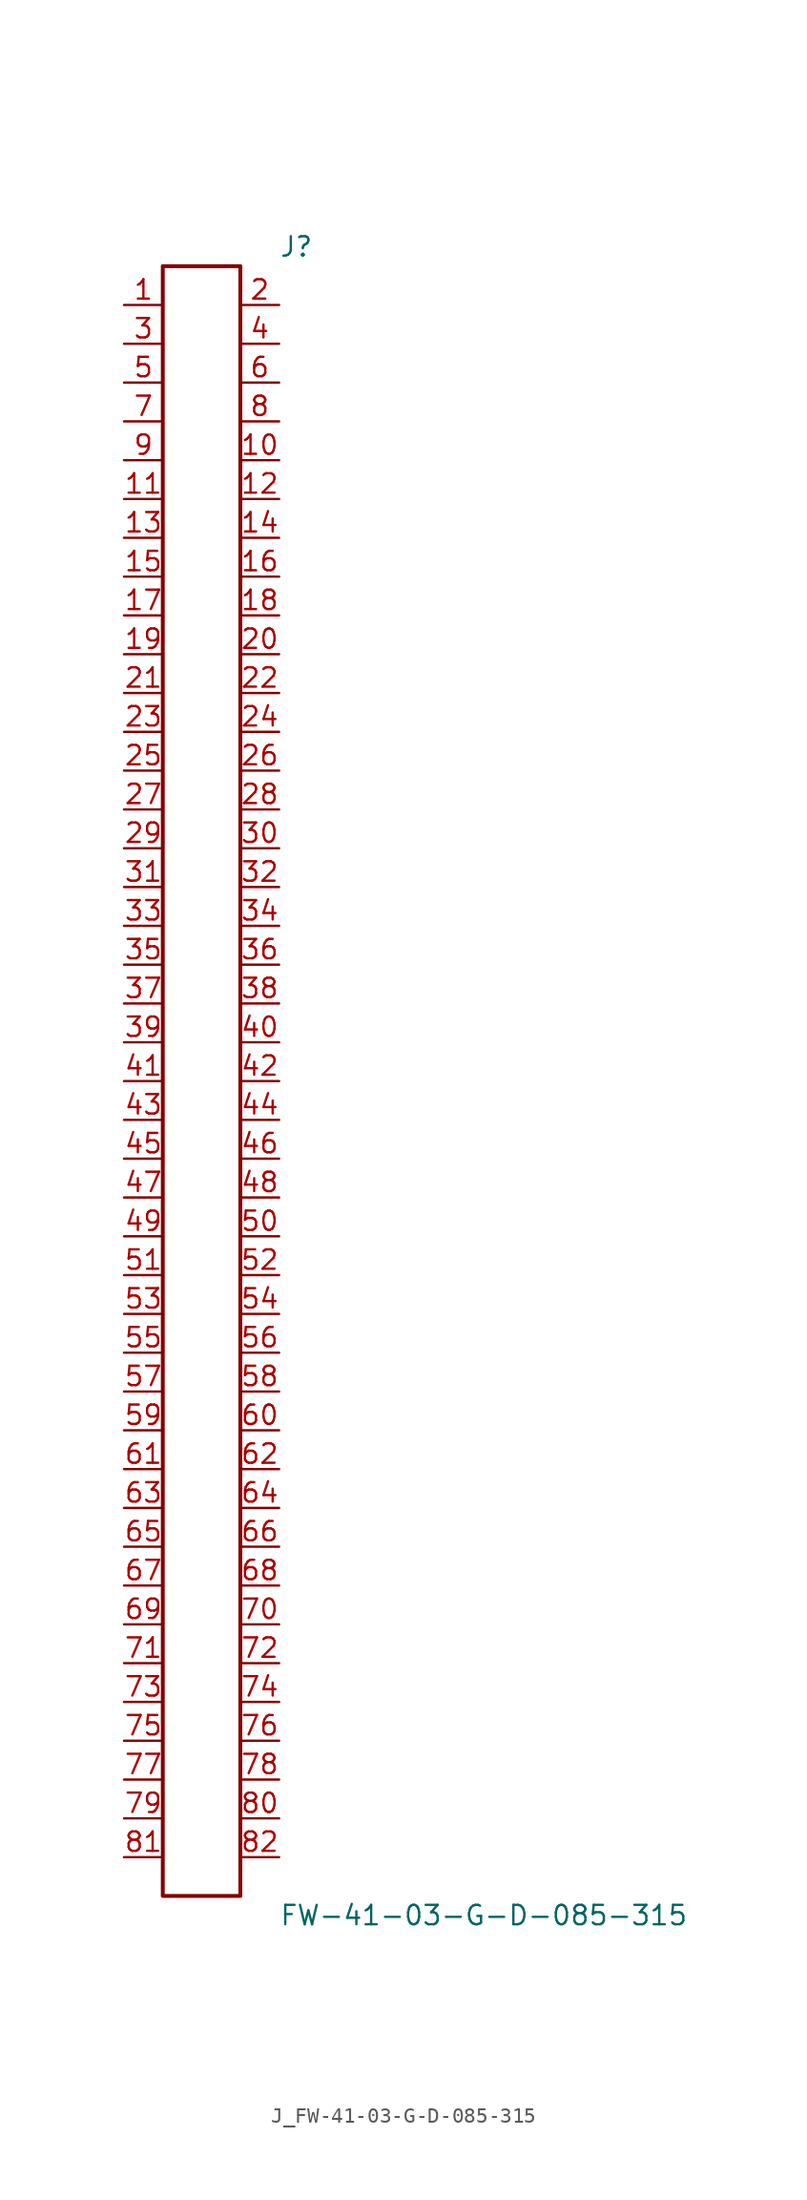
<source format=kicad_sym>
(kicad_symbol_lib
  (version 20231120)
  (generator kicad_symbol_editor)
  (generator_version 8.0)
  (symbol "J_FW-41-03-G-D-085-315"
    (pin_names
      (offset 0.254))
    (property "Reference" "J"
      (at 5.08 54.61 0)
      (effects (font (size 1.27 1.27)) (justify left)))
    (property "Value" "FW-41-03-G-D-085-315"
      (at 5.08 -54.61 0)
      (effects (font (size 1.27 1.27)) (justify left)))
    (symbol "J_FW-41-03-G-D-085-315_0_0"
      (pin unspecified line (at -5.08 50.8 0) (length 2.54) (name "" (effects (font (size 1.27 1.27)))) (number "1" (effects (font (size 1.27 1.27)))))
      (pin unspecified line (at 5.08 50.8 180) (length 2.54) (name "" (effects (font (size 1.27 1.27)))) (number "2" (effects (font (size 1.27 1.27)))))
      (pin unspecified line (at -5.08 48.26 0) (length 2.54) (name "" (effects (font (size 1.27 1.27)))) (number "3" (effects (font (size 1.27 1.27)))))
      (pin unspecified line (at 5.08 48.26 180) (length 2.54) (name "" (effects (font (size 1.27 1.27)))) (number "4" (effects (font (size 1.27 1.27)))))
      (pin unspecified line (at -5.08 45.72 0) (length 2.54) (name "" (effects (font (size 1.27 1.27)))) (number "5" (effects (font (size 1.27 1.27)))))
      (pin unspecified line (at 5.08 45.72 180) (length 2.54) (name "" (effects (font (size 1.27 1.27)))) (number "6" (effects (font (size 1.27 1.27)))))
      (pin unspecified line (at -5.08 43.18 0) (length 2.54) (name "" (effects (font (size 1.27 1.27)))) (number "7" (effects (font (size 1.27 1.27)))))
      (pin unspecified line (at 5.08 43.18 180) (length 2.54) (name "" (effects (font (size 1.27 1.27)))) (number "8" (effects (font (size 1.27 1.27)))))
      (pin unspecified line (at -5.08 40.64 0) (length 2.54) (name "" (effects (font (size 1.27 1.27)))) (number "9" (effects (font (size 1.27 1.27)))))
      (pin unspecified line (at 5.08 40.64 180) (length 2.54) (name "" (effects (font (size 1.27 1.27)))) (number "10" (effects (font (size 1.27 1.27)))))
      (pin unspecified line (at -5.08 38.1 0) (length 2.54) (name "" (effects (font (size 1.27 1.27)))) (number "11" (effects (font (size 1.27 1.27)))))
      (pin unspecified line (at 5.08 38.1 180) (length 2.54) (name "" (effects (font (size 1.27 1.27)))) (number "12" (effects (font (size 1.27 1.27)))))
      (pin unspecified line (at -5.08 35.56 0) (length 2.54) (name "" (effects (font (size 1.27 1.27)))) (number "13" (effects (font (size 1.27 1.27)))))
      (pin unspecified line (at 5.08 35.56 180) (length 2.54) (name "" (effects (font (size 1.27 1.27)))) (number "14" (effects (font (size 1.27 1.27)))))
      (pin unspecified line (at -5.08 33.02 0) (length 2.54) (name "" (effects (font (size 1.27 1.27)))) (number "15" (effects (font (size 1.27 1.27)))))
      (pin unspecified line (at 5.08 33.02 180) (length 2.54) (name "" (effects (font (size 1.27 1.27)))) (number "16" (effects (font (size 1.27 1.27)))))
      (pin unspecified line (at -5.08 30.48 0) (length 2.54) (name "" (effects (font (size 1.27 1.27)))) (number "17" (effects (font (size 1.27 1.27)))))
      (pin unspecified line (at 5.08 30.48 180) (length 2.54) (name "" (effects (font (size 1.27 1.27)))) (number "18" (effects (font (size 1.27 1.27)))))
      (pin unspecified line (at -5.08 27.94 0) (length 2.54) (name "" (effects (font (size 1.27 1.27)))) (number "19" (effects (font (size 1.27 1.27)))))
      (pin unspecified line (at 5.08 27.94 180) (length 2.54) (name "" (effects (font (size 1.27 1.27)))) (number "20" (effects (font (size 1.27 1.27)))))
      (pin unspecified line (at -5.08 25.4 0) (length 2.54) (name "" (effects (font (size 1.27 1.27)))) (number "21" (effects (font (size 1.27 1.27)))))
      (pin unspecified line (at 5.08 25.4 180) (length 2.54) (name "" (effects (font (size 1.27 1.27)))) (number "22" (effects (font (size 1.27 1.27)))))
      (pin unspecified line (at -5.08 22.86 0) (length 2.54) (name "" (effects (font (size 1.27 1.27)))) (number "23" (effects (font (size 1.27 1.27)))))
      (pin unspecified line (at 5.08 22.86 180) (length 2.54) (name "" (effects (font (size 1.27 1.27)))) (number "24" (effects (font (size 1.27 1.27)))))
      (pin unspecified line (at -5.08 20.32 0) (length 2.54) (name "" (effects (font (size 1.27 1.27)))) (number "25" (effects (font (size 1.27 1.27)))))
      (pin unspecified line (at 5.08 20.32 180) (length 2.54) (name "" (effects (font (size 1.27 1.27)))) (number "26" (effects (font (size 1.27 1.27)))))
      (pin unspecified line (at -5.08 17.78 0) (length 2.54) (name "" (effects (font (size 1.27 1.27)))) (number "27" (effects (font (size 1.27 1.27)))))
      (pin unspecified line (at 5.08 17.78 180) (length 2.54) (name "" (effects (font (size 1.27 1.27)))) (number "28" (effects (font (size 1.27 1.27)))))
      (pin unspecified line (at -5.08 15.24 0) (length 2.54) (name "" (effects (font (size 1.27 1.27)))) (number "29" (effects (font (size 1.27 1.27)))))
      (pin unspecified line (at 5.08 15.24 180) (length 2.54) (name "" (effects (font (size 1.27 1.27)))) (number "30" (effects (font (size 1.27 1.27)))))
      (pin unspecified line (at -5.08 12.7 0) (length 2.54) (name "" (effects (font (size 1.27 1.27)))) (number "31" (effects (font (size 1.27 1.27)))))
      (pin unspecified line (at 5.08 12.7 180) (length 2.54) (name "" (effects (font (size 1.27 1.27)))) (number "32" (effects (font (size 1.27 1.27)))))
      (pin unspecified line (at -5.08 10.16 0) (length 2.54) (name "" (effects (font (size 1.27 1.27)))) (number "33" (effects (font (size 1.27 1.27)))))
      (pin unspecified line (at 5.08 10.16 180) (length 2.54) (name "" (effects (font (size 1.27 1.27)))) (number "34" (effects (font (size 1.27 1.27)))))
      (pin unspecified line (at -5.08 7.62 0) (length 2.54) (name "" (effects (font (size 1.27 1.27)))) (number "35" (effects (font (size 1.27 1.27)))))
      (pin unspecified line (at 5.08 7.62 180) (length 2.54) (name "" (effects (font (size 1.27 1.27)))) (number "36" (effects (font (size 1.27 1.27)))))
      (pin unspecified line (at -5.08 5.08 0) (length 2.54) (name "" (effects (font (size 1.27 1.27)))) (number "37" (effects (font (size 1.27 1.27)))))
      (pin unspecified line (at 5.08 5.08 180) (length 2.54) (name "" (effects (font (size 1.27 1.27)))) (number "38" (effects (font (size 1.27 1.27)))))
      (pin unspecified line (at -5.08 2.54 0) (length 2.54) (name "" (effects (font (size 1.27 1.27)))) (number "39" (effects (font (size 1.27 1.27)))))
      (pin unspecified line (at 5.08 2.54 180) (length 2.54) (name "" (effects (font (size 1.27 1.27)))) (number "40" (effects (font (size 1.27 1.27)))))
      (pin unspecified line (at -5.08 0.0 0) (length 2.54) (name "" (effects (font (size 1.27 1.27)))) (number "41" (effects (font (size 1.27 1.27)))))
      (pin unspecified line (at 5.08 0.0 180) (length 2.54) (name "" (effects (font (size 1.27 1.27)))) (number "42" (effects (font (size 1.27 1.27)))))
      (pin unspecified line (at -5.08 -2.54 0) (length 2.54) (name "" (effects (font (size 1.27 1.27)))) (number "43" (effects (font (size 1.27 1.27)))))
      (pin unspecified line (at 5.08 -2.54 180) (length 2.54) (name "" (effects (font (size 1.27 1.27)))) (number "44" (effects (font (size 1.27 1.27)))))
      (pin unspecified line (at -5.08 -5.08 0) (length 2.54) (name "" (effects (font (size 1.27 1.27)))) (number "45" (effects (font (size 1.27 1.27)))))
      (pin unspecified line (at 5.08 -5.08 180) (length 2.54) (name "" (effects (font (size 1.27 1.27)))) (number "46" (effects (font (size 1.27 1.27)))))
      (pin unspecified line (at -5.08 -7.62 0) (length 2.54) (name "" (effects (font (size 1.27 1.27)))) (number "47" (effects (font (size 1.27 1.27)))))
      (pin unspecified line (at 5.08 -7.62 180) (length 2.54) (name "" (effects (font (size 1.27 1.27)))) (number "48" (effects (font (size 1.27 1.27)))))
      (pin unspecified line (at -5.08 -10.16 0) (length 2.54) (name "" (effects (font (size 1.27 1.27)))) (number "49" (effects (font (size 1.27 1.27)))))
      (pin unspecified line (at 5.08 -10.16 180) (length 2.54) (name "" (effects (font (size 1.27 1.27)))) (number "50" (effects (font (size 1.27 1.27)))))
      (pin unspecified line (at -5.08 -12.7 0) (length 2.54) (name "" (effects (font (size 1.27 1.27)))) (number "51" (effects (font (size 1.27 1.27)))))
      (pin unspecified line (at 5.08 -12.7 180) (length 2.54) (name "" (effects (font (size 1.27 1.27)))) (number "52" (effects (font (size 1.27 1.27)))))
      (pin unspecified line (at -5.08 -15.24 0) (length 2.54) (name "" (effects (font (size 1.27 1.27)))) (number "53" (effects (font (size 1.27 1.27)))))
      (pin unspecified line (at 5.08 -15.24 180) (length 2.54) (name "" (effects (font (size 1.27 1.27)))) (number "54" (effects (font (size 1.27 1.27)))))
      (pin unspecified line (at -5.08 -17.78 0) (length 2.54) (name "" (effects (font (size 1.27 1.27)))) (number "55" (effects (font (size 1.27 1.27)))))
      (pin unspecified line (at 5.08 -17.78 180) (length 2.54) (name "" (effects (font (size 1.27 1.27)))) (number "56" (effects (font (size 1.27 1.27)))))
      (pin unspecified line (at -5.08 -20.32 0) (length 2.54) (name "" (effects (font (size 1.27 1.27)))) (number "57" (effects (font (size 1.27 1.27)))))
      (pin unspecified line (at 5.08 -20.32 180) (length 2.54) (name "" (effects (font (size 1.27 1.27)))) (number "58" (effects (font (size 1.27 1.27)))))
      (pin unspecified line (at -5.08 -22.86 0) (length 2.54) (name "" (effects (font (size 1.27 1.27)))) (number "59" (effects (font (size 1.27 1.27)))))
      (pin unspecified line (at 5.08 -22.86 180) (length 2.54) (name "" (effects (font (size 1.27 1.27)))) (number "60" (effects (font (size 1.27 1.27)))))
      (pin unspecified line (at -5.08 -25.4 0) (length 2.54) (name "" (effects (font (size 1.27 1.27)))) (number "61" (effects (font (size 1.27 1.27)))))
      (pin unspecified line (at 5.08 -25.4 180) (length 2.54) (name "" (effects (font (size 1.27 1.27)))) (number "62" (effects (font (size 1.27 1.27)))))
      (pin unspecified line (at -5.08 -27.94 0) (length 2.54) (name "" (effects (font (size 1.27 1.27)))) (number "63" (effects (font (size 1.27 1.27)))))
      (pin unspecified line (at 5.08 -27.94 180) (length 2.54) (name "" (effects (font (size 1.27 1.27)))) (number "64" (effects (font (size 1.27 1.27)))))
      (pin unspecified line (at -5.08 -30.48 0) (length 2.54) (name "" (effects (font (size 1.27 1.27)))) (number "65" (effects (font (size 1.27 1.27)))))
      (pin unspecified line (at 5.08 -30.48 180) (length 2.54) (name "" (effects (font (size 1.27 1.27)))) (number "66" (effects (font (size 1.27 1.27)))))
      (pin unspecified line (at -5.08 -33.02 0) (length 2.54) (name "" (effects (font (size 1.27 1.27)))) (number "67" (effects (font (size 1.27 1.27)))))
      (pin unspecified line (at 5.08 -33.02 180) (length 2.54) (name "" (effects (font (size 1.27 1.27)))) (number "68" (effects (font (size 1.27 1.27)))))
      (pin unspecified line (at -5.08 -35.56 0) (length 2.54) (name "" (effects (font (size 1.27 1.27)))) (number "69" (effects (font (size 1.27 1.27)))))
      (pin unspecified line (at 5.08 -35.56 180) (length 2.54) (name "" (effects (font (size 1.27 1.27)))) (number "70" (effects (font (size 1.27 1.27)))))
      (pin unspecified line (at -5.08 -38.1 0) (length 2.54) (name "" (effects (font (size 1.27 1.27)))) (number "71" (effects (font (size 1.27 1.27)))))
      (pin unspecified line (at 5.08 -38.1 180) (length 2.54) (name "" (effects (font (size 1.27 1.27)))) (number "72" (effects (font (size 1.27 1.27)))))
      (pin unspecified line (at -5.08 -40.64 0) (length 2.54) (name "" (effects (font (size 1.27 1.27)))) (number "73" (effects (font (size 1.27 1.27)))))
      (pin unspecified line (at 5.08 -40.64 180) (length 2.54) (name "" (effects (font (size 1.27 1.27)))) (number "74" (effects (font (size 1.27 1.27)))))
      (pin unspecified line (at -5.08 -43.18 0) (length 2.54) (name "" (effects (font (size 1.27 1.27)))) (number "75" (effects (font (size 1.27 1.27)))))
      (pin unspecified line (at 5.08 -43.18 180) (length 2.54) (name "" (effects (font (size 1.27 1.27)))) (number "76" (effects (font (size 1.27 1.27)))))
      (pin unspecified line (at -5.08 -45.72 0) (length 2.54) (name "" (effects (font (size 1.27 1.27)))) (number "77" (effects (font (size 1.27 1.27)))))
      (pin unspecified line (at 5.08 -45.72 180) (length 2.54) (name "" (effects (font (size 1.27 1.27)))) (number "78" (effects (font (size 1.27 1.27)))))
      (pin unspecified line (at -5.08 -48.26 0) (length 2.54) (name "" (effects (font (size 1.27 1.27)))) (number "79" (effects (font (size 1.27 1.27)))))
      (pin unspecified line (at 5.08 -48.26 180) (length 2.54) (name "" (effects (font (size 1.27 1.27)))) (number "80" (effects (font (size 1.27 1.27)))))
      (pin unspecified line (at -5.08 -50.8 0) (length 2.54) (name "" (effects (font (size 1.27 1.27)))) (number "81" (effects (font (size 1.27 1.27)))))
      (pin unspecified line (at 5.08 -50.8 180) (length 2.54) (name "" (effects (font (size 1.27 1.27)))) (number "82" (effects (font (size 1.27 1.27))))))
    (symbol "J_FW-41-03-G-D-085-315_1_0"
      (rectangle (start -2.54 53.34) (end 2.54 -53.34) (stroke (width 0.254) (type solid)) (fill (type none))))))
</source>
